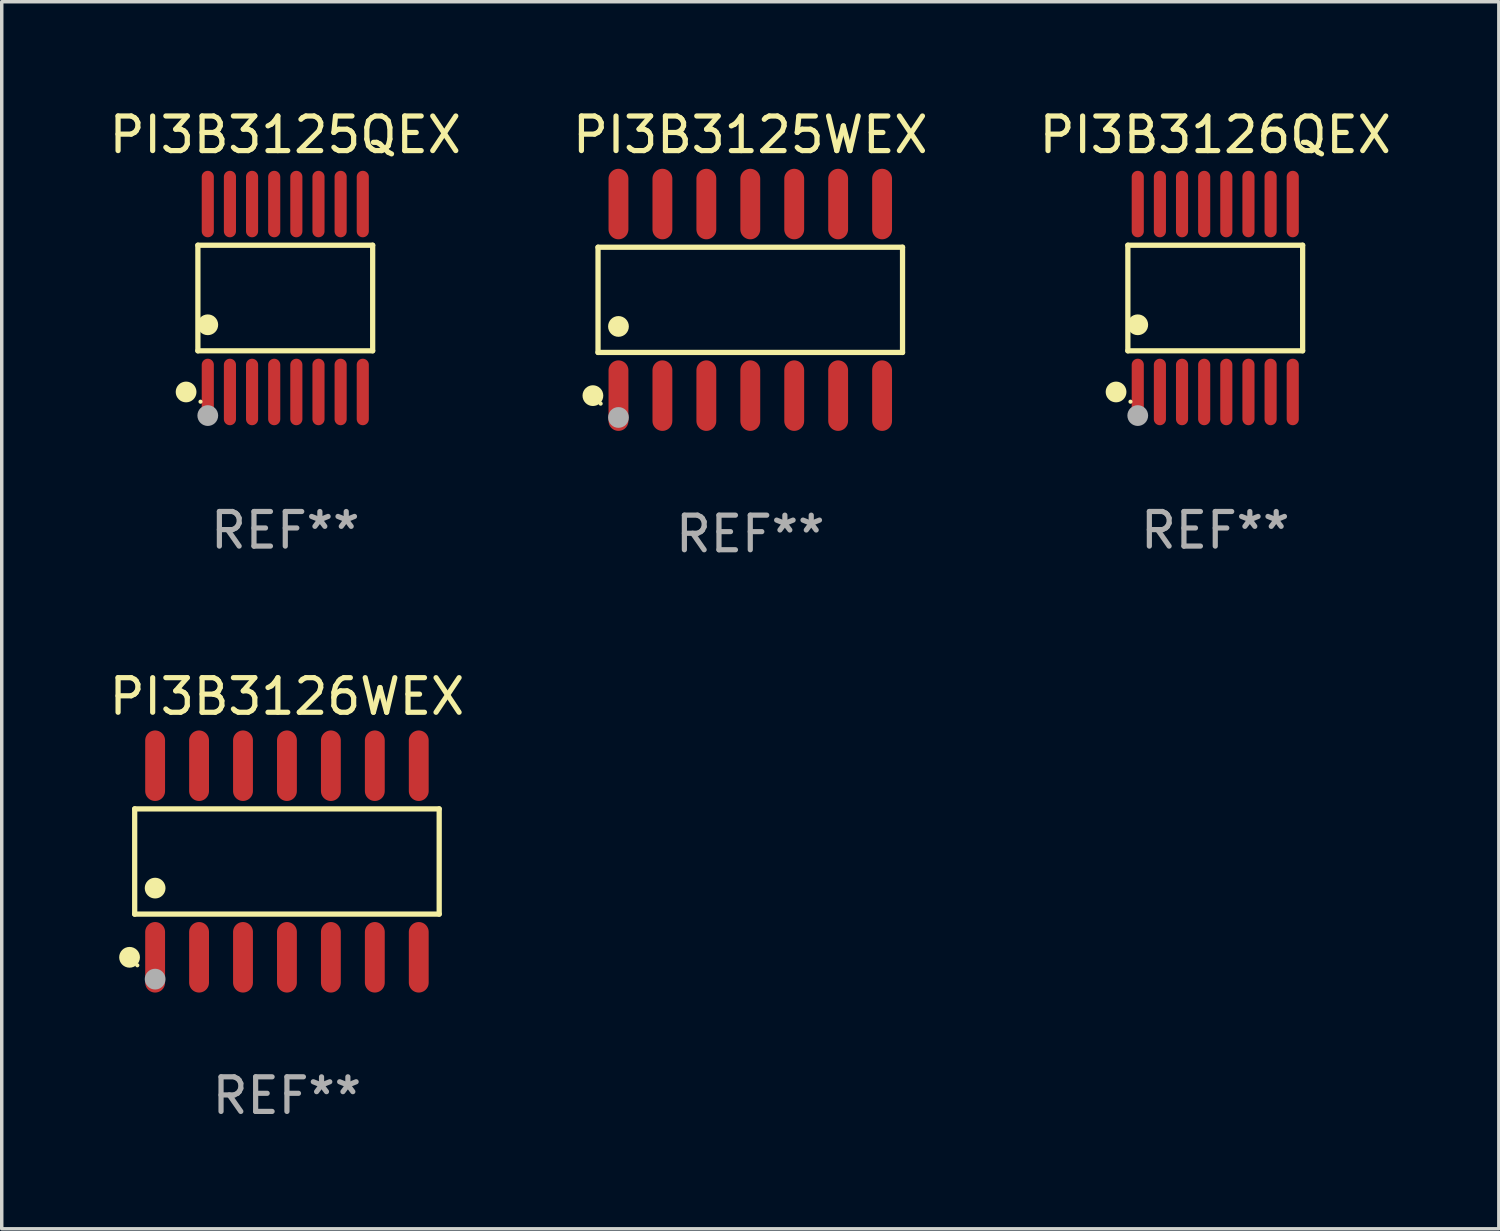
<source format=kicad_pcb>
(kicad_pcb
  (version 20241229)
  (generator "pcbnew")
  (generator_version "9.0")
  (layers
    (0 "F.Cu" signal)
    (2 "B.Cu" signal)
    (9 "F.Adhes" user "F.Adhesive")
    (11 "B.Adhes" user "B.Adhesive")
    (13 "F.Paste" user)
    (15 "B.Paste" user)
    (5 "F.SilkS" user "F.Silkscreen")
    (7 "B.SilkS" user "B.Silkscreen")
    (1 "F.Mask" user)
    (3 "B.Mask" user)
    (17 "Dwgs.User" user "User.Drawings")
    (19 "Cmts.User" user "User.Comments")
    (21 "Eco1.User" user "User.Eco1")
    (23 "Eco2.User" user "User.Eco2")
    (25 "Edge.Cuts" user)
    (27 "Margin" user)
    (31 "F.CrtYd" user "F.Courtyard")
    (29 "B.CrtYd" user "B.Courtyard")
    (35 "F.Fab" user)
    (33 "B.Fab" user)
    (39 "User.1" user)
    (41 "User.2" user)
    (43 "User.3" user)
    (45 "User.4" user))
  (footprint "PI3B3125QEX"
    (layer "F.Cu")
    (at 5.196 5.564)
    (property "Reference" "PI3B3125QEX" (at 0 -4.716 0) (layer "F.SilkS") (effects (font (size 1 1) (thickness 0.15))))
    (attr through_hole)
    (fp_line (start -2.526 -1.526) (end 2.526 -1.526) (stroke (width 0.152) (type solid)) (layer "F.SilkS"))
    (fp_line (start -2.526 1.526) (end -2.526 -1.526) (stroke (width 0.152) (type solid)) (layer "F.SilkS"))
    (fp_line (start 2.526 -1.526) (end 2.526 1.526) (stroke (width 0.152) (type solid)) (layer "F.SilkS"))
    (fp_line (start 2.526 1.526) (end -2.526 1.526) (stroke (width 0.152) (type solid)) (layer "F.SilkS"))
    (fp_circle (center -2.867 2.716) (end -2.717 2.716) (stroke (width 0.3) (type solid)) (fill no) (layer "F.SilkS"))
    (fp_circle (center -2.45 2.997) (end -2.42 2.997) (stroke (width 0.06) (type solid)) (fill no) (layer "F.SilkS"))
    (fp_circle (center -2.24 0.774) (end -2.09 0.774) (stroke (width 0.3) (type solid)) (fill no) (layer "F.SilkS"))
    (fp_circle (center -2.24 3.398) (end -2.09 3.398) (stroke (width 0.3) (type solid)) (fill no) (layer "F.Fab"))
    (fp_text user "REF**" (at 0 6.716 0) (layer "F.Fab") (effects (font (size 1 1) (thickness 0.15))))
    (pad "1" smd oval (at -2.24 2.716) (size 0.35 1.922) (layers "F.Cu" "F.Mask" "F.Paste"))
    (pad "2" smd oval (at -1.6 2.716) (size 0.35 1.922) (layers "F.Cu" "F.Mask" "F.Paste"))
    (pad "3" smd oval (at -0.96 2.716) (size 0.35 1.922) (layers "F.Cu" "F.Mask" "F.Paste"))
    (pad "4" smd oval (at -0.32 2.716) (size 0.35 1.922) (layers "F.Cu" "F.Mask" "F.Paste"))
    (pad "5" smd oval (at 0.32 2.716) (size 0.35 1.922) (layers "F.Cu" "F.Mask" "F.Paste"))
    (pad "6" smd oval (at 0.96 2.716) (size 0.35 1.922) (layers "F.Cu" "F.Mask" "F.Paste"))
    (pad "7" smd oval (at 1.6 2.716) (size 0.35 1.922) (layers "F.Cu" "F.Mask" "F.Paste"))
    (pad "8" smd oval (at 2.24 2.716) (size 0.35 1.922) (layers "F.Cu" "F.Mask" "F.Paste"))
    (pad "9" smd oval (at 2.24 -2.716) (size 0.35 1.922) (layers "F.Cu" "F.Mask" "F.Paste"))
    (pad "10" smd oval (at 1.6 -2.716) (size 0.35 1.922) (layers "F.Cu" "F.Mask" "F.Paste"))
    (pad "11" smd oval (at 0.96 -2.716) (size 0.35 1.922) (layers "F.Cu" "F.Mask" "F.Paste"))
    (pad "12" smd oval (at 0.32 -2.716) (size 0.35 1.922) (layers "F.Cu" "F.Mask" "F.Paste"))
    (pad "13" smd oval (at -0.32 -2.716) (size 0.35 1.922) (layers "F.Cu" "F.Mask" "F.Paste"))
    (pad "14" smd oval (at -0.96 -2.716) (size 0.35 1.922) (layers "F.Cu" "F.Mask" "F.Paste"))
    (pad "15" smd oval (at -1.6 -2.716) (size 0.35 1.922) (layers "F.Cu" "F.Mask" "F.Paste"))
    (pad "16" smd oval (at -2.24 -2.716) (size 0.35 1.922) (layers "F.Cu" "F.Mask" "F.Paste")))
  (footprint "PI3B3126WEX"
    (layer "F.Cu")
    (at 5.244 21.852)
    (property "Reference" "PI3B3126WEX" (at 0 -4.769 0) (layer "F.SilkS") (effects (font (size 1 1) (thickness 0.15))))
    (attr through_hole)
    (fp_line (start -4.401 -1.521) (end 4.401 -1.521) (stroke (width 0.152) (type solid)) (layer "F.SilkS"))
    (fp_line (start -4.401 1.521) (end -4.401 -1.521) (stroke (width 0.152) (type solid)) (layer "F.SilkS"))
    (fp_line (start 4.401 -1.521) (end 4.401 1.521) (stroke (width 0.152) (type solid)) (layer "F.SilkS"))
    (fp_line (start 4.401 1.521) (end -4.401 1.521) (stroke (width 0.152) (type solid)) (layer "F.SilkS"))
    (fp_circle (center -4.549 2.769) (end -4.399 2.769) (stroke (width 0.3) (type solid)) (fill no) (layer "F.SilkS"))
    (fp_circle (center -4.325 3) (end -4.295 3) (stroke (width 0.06) (type solid)) (fill no) (layer "F.SilkS"))
    (fp_circle (center -3.81 0.769) (end -3.66 0.769) (stroke (width 0.3) (type solid)) (fill no) (layer "F.SilkS"))
    (fp_circle (center -3.81 3.4) (end -3.66 3.4) (stroke (width 0.3) (type solid)) (fill no) (layer "F.Fab"))
    (fp_text user "REF**" (at 0 6.769 0) (layer "F.Fab") (effects (font (size 1 1) (thickness 0.15))))
    (pad "1" smd oval (at -3.81 2.769) (size 0.574 2.038) (layers "F.Cu" "F.Mask" "F.Paste"))
    (pad "2" smd oval (at -2.54 2.769) (size 0.574 2.038) (layers "F.Cu" "F.Mask" "F.Paste"))
    (pad "3" smd oval (at -1.27 2.769) (size 0.574 2.038) (layers "F.Cu" "F.Mask" "F.Paste"))
    (pad "4" smd oval (at 0 2.769) (size 0.574 2.038) (layers "F.Cu" "F.Mask" "F.Paste"))
    (pad "5" smd oval (at 1.27 2.769) (size 0.574 2.038) (layers "F.Cu" "F.Mask" "F.Paste"))
    (pad "6" smd oval (at 2.54 2.769) (size 0.574 2.038) (layers "F.Cu" "F.Mask" "F.Paste"))
    (pad "7" smd oval (at 3.81 2.769) (size 0.574 2.038) (layers "F.Cu" "F.Mask" "F.Paste"))
    (pad "8" smd oval (at 3.81 -2.769) (size 0.574 2.038) (layers "F.Cu" "F.Mask" "F.Paste"))
    (pad "9" smd oval (at 2.54 -2.769) (size 0.574 2.038) (layers "F.Cu" "F.Mask" "F.Paste"))
    (pad "10" smd oval (at 1.27 -2.769) (size 0.574 2.038) (layers "F.Cu" "F.Mask" "F.Paste"))
    (pad "11" smd oval (at 0 -2.769) (size 0.574 2.038) (layers "F.Cu" "F.Mask" "F.Paste"))
    (pad "12" smd oval (at -1.27 -2.769) (size 0.574 2.038) (layers "F.Cu" "F.Mask" "F.Paste"))
    (pad "13" smd oval (at -2.54 -2.769) (size 0.574 2.038) (layers "F.Cu" "F.Mask" "F.Paste"))
    (pad "14" smd oval (at -3.81 -2.769) (size 0.574 2.038) (layers "F.Cu" "F.Mask" "F.Paste")))
  (footprint "PI3B3126QEX"
    (layer "F.Cu")
    (at 32.077 5.564)
    (property "Reference" "PI3B3126QEX" (at 0 -4.716 0) (layer "F.SilkS") (effects (font (size 1 1) (thickness 0.15))))
    (attr through_hole)
    (fp_line (start -2.526 -1.526) (end 2.526 -1.526) (stroke (width 0.152) (type solid)) (layer "F.SilkS"))
    (fp_line (start -2.526 1.526) (end -2.526 -1.526) (stroke (width 0.152) (type solid)) (layer "F.SilkS"))
    (fp_line (start 2.526 -1.526) (end 2.526 1.526) (stroke (width 0.152) (type solid)) (layer "F.SilkS"))
    (fp_line (start 2.526 1.526) (end -2.526 1.526) (stroke (width 0.152) (type solid)) (layer "F.SilkS"))
    (fp_circle (center -2.867 2.716) (end -2.717 2.716) (stroke (width 0.3) (type solid)) (fill no) (layer "F.SilkS"))
    (fp_circle (center -2.45 2.997) (end -2.42 2.997) (stroke (width 0.06) (type solid)) (fill no) (layer "F.SilkS"))
    (fp_circle (center -2.24 0.774) (end -2.09 0.774) (stroke (width 0.3) (type solid)) (fill no) (layer "F.SilkS"))
    (fp_circle (center -2.24 3.398) (end -2.09 3.398) (stroke (width 0.3) (type solid)) (fill no) (layer "F.Fab"))
    (fp_text user "REF**" (at 0 6.716 0) (layer "F.Fab") (effects (font (size 1 1) (thickness 0.15))))
    (pad "1" smd oval (at -2.24 2.716) (size 0.35 1.922) (layers "F.Cu" "F.Mask" "F.Paste"))
    (pad "2" smd oval (at -1.6 2.716) (size 0.35 1.922) (layers "F.Cu" "F.Mask" "F.Paste"))
    (pad "3" smd oval (at -0.96 2.716) (size 0.35 1.922) (layers "F.Cu" "F.Mask" "F.Paste"))
    (pad "4" smd oval (at -0.32 2.716) (size 0.35 1.922) (layers "F.Cu" "F.Mask" "F.Paste"))
    (pad "5" smd oval (at 0.32 2.716) (size 0.35 1.922) (layers "F.Cu" "F.Mask" "F.Paste"))
    (pad "6" smd oval (at 0.96 2.716) (size 0.35 1.922) (layers "F.Cu" "F.Mask" "F.Paste"))
    (pad "7" smd oval (at 1.6 2.716) (size 0.35 1.922) (layers "F.Cu" "F.Mask" "F.Paste"))
    (pad "8" smd oval (at 2.24 2.716) (size 0.35 1.922) (layers "F.Cu" "F.Mask" "F.Paste"))
    (pad "9" smd oval (at 2.24 -2.716) (size 0.35 1.922) (layers "F.Cu" "F.Mask" "F.Paste"))
    (pad "10" smd oval (at 1.6 -2.716) (size 0.35 1.922) (layers "F.Cu" "F.Mask" "F.Paste"))
    (pad "11" smd oval (at 0.96 -2.716) (size 0.35 1.922) (layers "F.Cu" "F.Mask" "F.Paste"))
    (pad "12" smd oval (at 0.32 -2.716) (size 0.35 1.922) (layers "F.Cu" "F.Mask" "F.Paste"))
    (pad "13" smd oval (at -0.32 -2.716) (size 0.35 1.922) (layers "F.Cu" "F.Mask" "F.Paste"))
    (pad "14" smd oval (at -0.96 -2.716) (size 0.35 1.922) (layers "F.Cu" "F.Mask" "F.Paste"))
    (pad "15" smd oval (at -1.6 -2.716) (size 0.35 1.922) (layers "F.Cu" "F.Mask" "F.Paste"))
    (pad "16" smd oval (at -2.24 -2.716) (size 0.35 1.922) (layers "F.Cu" "F.Mask" "F.Paste")))
  (footprint "PI3B3125WEX"
    (layer "F.Cu")
    (at 18.637 5.617)
    (property "Reference" "PI3B3125WEX" (at 0 -4.769 0) (layer "F.SilkS") (effects (font (size 1 1) (thickness 0.15))))
    (attr through_hole)
    (fp_line (start -4.401 -1.521) (end 4.401 -1.521) (stroke (width 0.152) (type solid)) (layer "F.SilkS"))
    (fp_line (start -4.401 1.521) (end -4.401 -1.521) (stroke (width 0.152) (type solid)) (layer "F.SilkS"))
    (fp_line (start 4.401 -1.521) (end 4.401 1.521) (stroke (width 0.152) (type solid)) (layer "F.SilkS"))
    (fp_line (start 4.401 1.521) (end -4.401 1.521) (stroke (width 0.152) (type solid)) (layer "F.SilkS"))
    (fp_circle (center -4.549 2.769) (end -4.399 2.769) (stroke (width 0.3) (type solid)) (fill no) (layer "F.SilkS"))
    (fp_circle (center -4.325 3) (end -4.295 3) (stroke (width 0.06) (type solid)) (fill no) (layer "F.SilkS"))
    (fp_circle (center -3.81 0.769) (end -3.66 0.769) (stroke (width 0.3) (type solid)) (fill no) (layer "F.SilkS"))
    (fp_circle (center -3.81 3.4) (end -3.66 3.4) (stroke (width 0.3) (type solid)) (fill no) (layer "F.Fab"))
    (fp_text user "REF**" (at 0 6.769 0) (layer "F.Fab") (effects (font (size 1 1) (thickness 0.15))))
    (pad "1" smd oval (at -3.81 2.769) (size 0.574 2.038) (layers "F.Cu" "F.Mask" "F.Paste"))
    (pad "2" smd oval (at -2.54 2.769) (size 0.574 2.038) (layers "F.Cu" "F.Mask" "F.Paste"))
    (pad "3" smd oval (at -1.27 2.769) (size 0.574 2.038) (layers "F.Cu" "F.Mask" "F.Paste"))
    (pad "4" smd oval (at 0 2.769) (size 0.574 2.038) (layers "F.Cu" "F.Mask" "F.Paste"))
    (pad "5" smd oval (at 1.27 2.769) (size 0.574 2.038) (layers "F.Cu" "F.Mask" "F.Paste"))
    (pad "6" smd oval (at 2.54 2.769) (size 0.574 2.038) (layers "F.Cu" "F.Mask" "F.Paste"))
    (pad "7" smd oval (at 3.81 2.769) (size 0.574 2.038) (layers "F.Cu" "F.Mask" "F.Paste"))
    (pad "8" smd oval (at 3.81 -2.769) (size 0.574 2.038) (layers "F.Cu" "F.Mask" "F.Paste"))
    (pad "9" smd oval (at 2.54 -2.769) (size 0.574 2.038) (layers "F.Cu" "F.Mask" "F.Paste"))
    (pad "10" smd oval (at 1.27 -2.769) (size 0.574 2.038) (layers "F.Cu" "F.Mask" "F.Paste"))
    (pad "11" smd oval (at 0 -2.769) (size 0.574 2.038) (layers "F.Cu" "F.Mask" "F.Paste"))
    (pad "12" smd oval (at -1.27 -2.769) (size 0.574 2.038) (layers "F.Cu" "F.Mask" "F.Paste"))
    (pad "13" smd oval (at -2.54 -2.769) (size 0.574 2.038) (layers "F.Cu" "F.Mask" "F.Paste"))
    (pad "14" smd oval (at -3.81 -2.769) (size 0.574 2.038) (layers "F.Cu" "F.Mask" "F.Paste")))
  (gr_rect
    (start -3 -3)
    (end 40.274 32.469)
    (stroke (width 0.1) (type default))
    (fill no)
    (layer "Edge.Cuts")))
</source>
